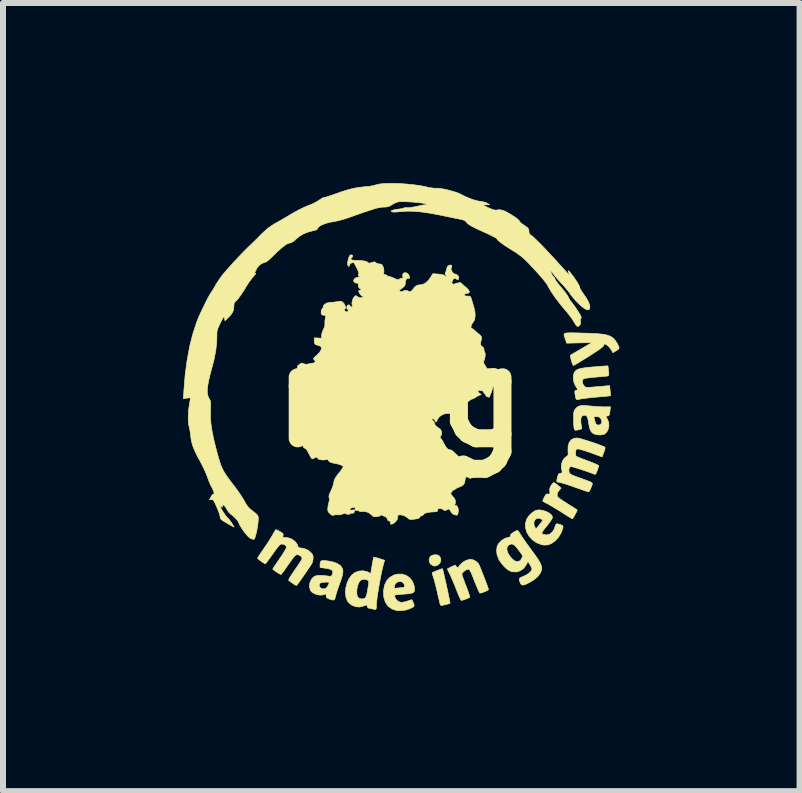
<source format=kicad_pcb>
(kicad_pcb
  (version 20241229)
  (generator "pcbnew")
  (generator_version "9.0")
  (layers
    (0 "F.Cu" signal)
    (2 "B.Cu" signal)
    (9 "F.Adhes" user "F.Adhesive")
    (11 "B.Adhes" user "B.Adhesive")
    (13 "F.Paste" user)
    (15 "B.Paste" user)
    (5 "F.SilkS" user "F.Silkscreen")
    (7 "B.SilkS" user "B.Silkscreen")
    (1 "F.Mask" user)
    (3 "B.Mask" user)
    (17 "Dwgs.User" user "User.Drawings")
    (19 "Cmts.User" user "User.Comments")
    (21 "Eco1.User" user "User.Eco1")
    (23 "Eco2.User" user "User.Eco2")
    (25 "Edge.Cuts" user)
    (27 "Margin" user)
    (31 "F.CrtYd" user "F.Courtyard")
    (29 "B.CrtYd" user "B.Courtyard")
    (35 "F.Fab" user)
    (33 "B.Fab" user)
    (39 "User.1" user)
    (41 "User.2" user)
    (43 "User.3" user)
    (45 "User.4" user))
  (footprint "mig"
    (layer "F.Cu")
    (at 3.615 3.562)
    (property "Reference" "mig" (at 0 0 0) (layer "F.SilkS") (effects (font (size 1.524 1.524) (thickness 0.3))))
    (attr through_hole)
    (fp_poly (pts (xy 0.625 2.634) (xy 0.653 2.649) (xy 0.677 2.688) (xy 0.679 2.731) (xy 0.662 2.771) (xy 0.627 2.802) (xy 0.614 2.807) (xy 0.586 2.817) (xy 0.565 2.817) (xy 0.546 2.81) (xy 0.508 2.785) (xy 0.486 2.747) (xy 0.483 2.704) (xy 0.5 2.664) (xy 0.508 2.654) (xy 0.541 2.636) (xy 0.584 2.629) (xy 0.625 2.634)) (stroke (width 0.01) (type solid)) (fill yes) (layer "F.SilkS"))
    (fp_poly (pts (xy 0.71 2.874) (xy 0.719 2.909) (xy 0.731 2.959) (xy 0.745 3.021) (xy 0.761 3.091) (xy 0.777 3.164) (xy 0.793 3.236) (xy 0.807 3.304) (xy 0.819 3.362) (xy 0.828 3.406) (xy 0.833 3.433) (xy 0.833 3.438) (xy 0.818 3.444) (xy 0.788 3.453) (xy 0.773 3.456) (xy 0.734 3.465) (xy 0.703 3.473) (xy 0.696 3.474) (xy 0.675 3.47) (xy 0.668 3.458) (xy 0.663 3.438) (xy 0.654 3.398) (xy 0.641 3.344) (xy 0.626 3.281) (xy 0.623 3.264) (xy 0.606 3.193) (xy 0.588 3.122) (xy 0.572 3.06) (xy 0.558 3.015) (xy 0.557 3.012) (xy 0.544 2.971) (xy 0.537 2.941) (xy 0.535 2.928) (xy 0.549 2.921) (xy 0.578 2.908) (xy 0.616 2.893) (xy 0.654 2.878) (xy 0.686 2.866) (xy 0.704 2.861) (xy 0.706 2.861) (xy 0.71 2.874)) (stroke (width 0.01) (type solid)) (fill yes) (layer "F.SilkS"))
    (fp_poly (pts (xy 2.575 1.433) (xy 2.602 1.451) (xy 2.627 1.471) (xy 2.683 1.519) (xy 2.65 1.555) (xy 2.622 1.598) (xy 2.616 1.631) (xy 2.618 1.647) (xy 2.624 1.662) (xy 2.639 1.678) (xy 2.665 1.698) (xy 2.705 1.726) (xy 2.764 1.763) (xy 2.777 1.772) (xy 2.834 1.808) (xy 2.884 1.839) (xy 2.922 1.864) (xy 2.945 1.878) (xy 2.949 1.881) (xy 2.948 1.893) (xy 2.936 1.92) (xy 2.918 1.954) (xy 2.899 1.989) (xy 2.881 2.017) (xy 2.868 2.031) (xy 2.867 2.032) (xy 2.856 2.025) (xy 2.827 2.007) (xy 2.784 1.98) (xy 2.73 1.946) (xy 2.692 1.922) (xy 2.627 1.882) (xy 2.563 1.843) (xy 2.506 1.809) (xy 2.462 1.784) (xy 2.448 1.777) (xy 2.41 1.757) (xy 2.384 1.741) (xy 2.375 1.734) (xy 2.38 1.72) (xy 2.393 1.691) (xy 2.403 1.669) (xy 2.422 1.635) (xy 2.437 1.619) (xy 2.455 1.616) (xy 2.465 1.618) (xy 2.486 1.62) (xy 2.495 1.613) (xy 2.495 1.589) (xy 2.493 1.571) (xy 2.493 1.525) (xy 2.509 1.487) (xy 2.517 1.474) (xy 2.538 1.446) (xy 2.556 1.429) (xy 2.559 1.427) (xy 2.575 1.433)) (stroke (width 0.01) (type solid)) (fill yes) (layer "F.SilkS"))
    (fp_poly (pts (xy 2.899 -1.067) (xy 2.986 -1.065) (xy 3.051 -1.063) (xy 3.177 -1.059) (xy 3.279 -1.054) (xy 3.363 -1.046) (xy 3.429 -1.035) (xy 3.482 -1.019) (xy 3.524 -0.998) (xy 3.559 -0.971) (xy 3.588 -0.937) (xy 3.615 -0.894) (xy 3.625 -0.876) (xy 3.644 -0.838) (xy 3.65 -0.813) (xy 3.639 -0.795) (xy 3.61 -0.774) (xy 3.592 -0.764) (xy 3.546 -0.736) (xy 3.513 -0.792) (xy 3.484 -0.831) (xy 3.45 -0.861) (xy 3.439 -0.868) (xy 3.411 -0.88) (xy 3.399 -0.88) (xy 3.394 -0.865) (xy 3.393 -0.86) (xy 3.386 -0.846) (xy 3.366 -0.827) (xy 3.332 -0.8) (xy 3.28 -0.765) (xy 3.211 -0.72) (xy 3.148 -0.679) (xy 3.077 -0.635) (xy 3.013 -0.596) (xy 2.96 -0.563) (xy 2.919 -0.539) (xy 2.895 -0.526) (xy 2.891 -0.523) (xy 2.88 -0.533) (xy 2.866 -0.563) (xy 2.853 -0.604) (xy 2.843 -0.647) (xy 2.836 -0.678) (xy 2.835 -0.692) (xy 2.835 -0.692) (xy 2.846 -0.7) (xy 2.876 -0.718) (xy 2.921 -0.744) (xy 2.976 -0.776) (xy 3.016 -0.8) (xy 3.194 -0.904) (xy 2.985 -0.9) (xy 2.775 -0.895) (xy 2.754 -0.959) (xy 2.742 -0.993) (xy 2.733 -1.019) (xy 2.731 -1.039) (xy 2.737 -1.053) (xy 2.755 -1.061) (xy 2.786 -1.066) (xy 2.833 -1.068) (xy 2.899 -1.067)) (stroke (width 0.01) (type solid)) (fill yes) (layer "F.SilkS"))
    (fp_poly (pts (xy 2.388 1.893) (xy 2.442 1.912) (xy 2.489 1.938) (xy 2.523 1.968) (xy 2.539 1.999) (xy 2.54 2.004) (xy 2.531 2.028) (xy 2.507 2.067) (xy 2.47 2.118) (xy 2.444 2.15) (xy 2.404 2.2) (xy 2.378 2.234) (xy 2.365 2.256) (xy 2.362 2.27) (xy 2.367 2.28) (xy 2.371 2.283) (xy 2.397 2.293) (xy 2.435 2.299) (xy 2.442 2.299) (xy 2.492 2.287) (xy 2.535 2.253) (xy 2.568 2.2) (xy 2.581 2.163) (xy 2.591 2.131) (xy 2.604 2.116) (xy 2.625 2.114) (xy 2.66 2.124) (xy 2.686 2.134) (xy 2.709 2.146) (xy 2.715 2.164) (xy 2.711 2.188) (xy 2.685 2.261) (xy 2.643 2.333) (xy 2.591 2.392) (xy 2.525 2.441) (xy 2.46 2.466) (xy 2.391 2.468) (xy 2.349 2.459) (xy 2.271 2.428) (xy 2.203 2.38) (xy 2.149 2.32) (xy 2.11 2.252) (xy 2.089 2.18) (xy 2.088 2.119) (xy 2.229 2.119) (xy 2.242 2.16) (xy 2.252 2.18) (xy 2.259 2.19) (xy 2.268 2.19) (xy 2.283 2.177) (xy 2.306 2.149) (xy 2.341 2.104) (xy 2.343 2.102) (xy 2.365 2.073) (xy 2.372 2.056) (xy 2.366 2.045) (xy 2.356 2.037) (xy 2.316 2.02) (xy 2.28 2.024) (xy 2.25 2.044) (xy 2.232 2.078) (xy 2.229 2.119) (xy 2.088 2.119) (xy 2.088 2.107) (xy 2.108 2.039) (xy 2.142 1.985) (xy 2.189 1.937) (xy 2.24 1.901) (xy 2.284 1.884) (xy 2.334 1.883) (xy 2.388 1.893)) (stroke (width 0.01) (type solid)) (fill yes) (layer "F.SilkS"))
    (fp_poly (pts (xy 0.036 2.952) (xy 0.104 2.974) (xy 0.162 3.015) (xy 0.207 3.073) (xy 0.234 3.144) (xy 0.241 3.209) (xy 0.238 3.235) (xy 0.227 3.253) (xy 0.205 3.266) (xy 0.167 3.276) (xy 0.11 3.282) (xy 0.047 3.287) (xy -0.014 3.291) (xy -0.055 3.295) (xy -0.079 3.3) (xy -0.09 3.306) (xy -0.092 3.316) (xy -0.091 3.321) (xy -0.073 3.366) (xy -0.038 3.402) (xy -0.003 3.419) (xy 0.035 3.422) (xy 0.083 3.413) (xy 0.114 3.404) (xy 0.154 3.391) (xy 0.183 3.381) (xy 0.195 3.378) (xy 0.203 3.389) (xy 0.215 3.416) (xy 0.222 3.431) (xy 0.233 3.462) (xy 0.234 3.482) (xy 0.222 3.498) (xy 0.193 3.514) (xy 0.158 3.53) (xy 0.092 3.551) (xy 0.018 3.561) (xy -0.051 3.56) (xy -0.065 3.557) (xy -0.141 3.53) (xy -0.202 3.484) (xy -0.245 3.421) (xy -0.27 3.342) (xy -0.277 3.248) (xy -0.275 3.221) (xy -0.267 3.181) (xy -0.099 3.181) (xy -0.09 3.187) (xy -0.064 3.186) (xy -0.037 3.183) (xy 0.006 3.179) (xy 0.041 3.176) (xy 0.054 3.175) (xy 0.072 3.166) (xy 0.075 3.142) (xy 0.062 3.11) (xy 0.056 3.102) (xy 0.027 3.079) (xy -0.012 3.074) (xy -0.05 3.088) (xy -0.064 3.099) (xy -0.082 3.121) (xy -0.089 3.136) (xy -0.093 3.157) (xy -0.097 3.169) (xy -0.099 3.181) (xy -0.267 3.181) (xy -0.257 3.132) (xy -0.221 3.058) (xy -0.167 3.003) (xy -0.097 2.965) (xy -0.041 2.952) (xy 0.036 2.952)) (stroke (width 0.01) (type solid)) (fill yes) (layer "F.SilkS"))
    (fp_poly (pts (xy -1.201 2.733) (xy -1.188 2.735) (xy -1.107 2.752) (xy -1.047 2.775) (xy -1.003 2.803) (xy -0.975 2.834) (xy -0.957 2.867) (xy -0.952 2.906) (xy -0.957 2.957) (xy -0.975 3.023) (xy -1.005 3.106) (xy -1.028 3.169) (xy -1.049 3.231) (xy -1.065 3.285) (xy -1.073 3.315) (xy -1.084 3.358) (xy -1.098 3.38) (xy -1.122 3.385) (xy -1.161 3.374) (xy -1.178 3.368) (xy -1.212 3.352) (xy -1.228 3.336) (xy -1.232 3.312) (xy -1.232 3.311) (xy -1.234 3.287) (xy -1.244 3.283) (xy -1.256 3.289) (xy -1.303 3.302) (xy -1.357 3.3) (xy -1.412 3.285) (xy -1.46 3.26) (xy -1.492 3.228) (xy -1.496 3.22) (xy -1.51 3.16) (xy -1.507 3.131) (xy -1.348 3.131) (xy -1.344 3.16) (xy -1.324 3.184) (xy -1.292 3.197) (xy -1.254 3.197) (xy -1.239 3.193) (xy -1.223 3.178) (xy -1.205 3.149) (xy -1.189 3.118) (xy -1.181 3.093) (xy -1.181 3.091) (xy -1.192 3.086) (xy -1.22 3.085) (xy -1.256 3.087) (xy -1.293 3.091) (xy -1.321 3.097) (xy -1.331 3.101) (xy -1.348 3.131) (xy -1.507 3.131) (xy -1.503 3.098) (xy -1.478 3.04) (xy -1.441 2.999) (xy -1.406 2.981) (xy -1.357 2.973) (xy -1.29 2.974) (xy -1.21 2.983) (xy -1.171 2.988) (xy -1.15 2.986) (xy -1.138 2.975) (xy -1.129 2.957) (xy -1.12 2.922) (xy -1.126 2.895) (xy -1.151 2.876) (xy -1.196 2.862) (xy -1.26 2.852) (xy -1.333 2.843) (xy -1.333 2.795) (xy -1.331 2.759) (xy -1.32 2.736) (xy -1.298 2.726) (xy -1.259 2.725) (xy -1.201 2.733)) (stroke (width 0.01) (type solid)) (fill yes) (layer "F.SilkS"))
    (fp_poly (pts (xy 3.464 -0.504) (xy 3.469 -0.473) (xy 3.473 -0.435) (xy 3.477 -0.389) (xy 3.475 -0.363) (xy 3.467 -0.351) (xy 3.465 -0.35) (xy 3.447 -0.347) (xy 3.408 -0.343) (xy 3.354 -0.338) (xy 3.29 -0.332) (xy 3.264 -0.33) (xy 3.197 -0.324) (xy 3.138 -0.317) (xy 3.091 -0.311) (xy 3.063 -0.305) (xy 3.058 -0.303) (xy 3.04 -0.281) (xy 3.036 -0.246) (xy 3.048 -0.209) (xy 3.064 -0.186) (xy 3.077 -0.172) (xy 3.091 -0.163) (xy 3.11 -0.159) (xy 3.139 -0.159) (xy 3.185 -0.162) (xy 3.232 -0.166) (xy 3.296 -0.171) (xy 3.358 -0.176) (xy 3.408 -0.181) (xy 3.431 -0.183) (xy 3.491 -0.189) (xy 3.499 -0.107) (xy 3.503 -0.064) (xy 3.505 -0.032) (xy 3.504 -0.019) (xy 3.49 -0.017) (xy 3.455 -0.013) (xy 3.405 -0.008) (xy 3.343 -0.003) (xy 3.315 -0.000264) (xy 3.206 0.009) (xy 3.111 0.02) (xy 3.033 0.03) (xy 2.976 0.041) (xy 2.957 0.046) (xy 2.936 0.041) (xy 2.929 0.029) (xy 2.923 0.002) (xy 2.916 -0.036) (xy 2.914 -0.048) (xy 2.91 -0.083) (xy 2.914 -0.101) (xy 2.929 -0.109) (xy 2.932 -0.11) (xy 2.95 -0.116) (xy 2.957 -0.123) (xy 2.95 -0.139) (xy 2.931 -0.17) (xy 2.925 -0.179) (xy 2.898 -0.236) (xy 2.885 -0.299) (xy 2.887 -0.36) (xy 2.9 -0.403) (xy 2.916 -0.427) (xy 2.938 -0.447) (xy 2.97 -0.463) (xy 3.014 -0.475) (xy 3.074 -0.485) (xy 3.154 -0.494) (xy 3.234 -0.501) (xy 3.307 -0.507) (xy 3.37 -0.512) (xy 3.419 -0.515) (xy 3.452 -0.517) (xy 3.462 -0.517) (xy 3.464 -0.504)) (stroke (width 0.01) (type solid)) (fill yes) (layer "F.SilkS"))
    (fp_poly (pts (xy 3.118 0.147) (xy 3.157 0.15) (xy 3.228 0.157) (xy 3.303 0.162) (xy 3.371 0.165) (xy 3.402 0.165) (xy 3.505 0.165) (xy 3.498 0.225) (xy 3.491 0.273) (xy 3.484 0.301) (xy 3.475 0.314) (xy 3.46 0.317) (xy 3.455 0.318) (xy 3.436 0.319) (xy 3.431 0.327) (xy 3.44 0.347) (xy 3.454 0.371) (xy 3.475 0.423) (xy 3.479 0.481) (xy 3.468 0.537) (xy 3.444 0.584) (xy 3.408 0.617) (xy 3.396 0.623) (xy 3.34 0.634) (xy 3.276 0.63) (xy 3.228 0.616) (xy 3.198 0.596) (xy 3.175 0.565) (xy 3.157 0.518) (xy 3.143 0.451) (xy 3.139 0.42) (xy 3.127 0.359) (xy 3.114 0.33) (xy 3.228 0.33) (xy 3.241 0.384) (xy 3.251 0.421) (xy 3.263 0.449) (xy 3.266 0.454) (xy 3.293 0.469) (xy 3.325 0.466) (xy 3.35 0.447) (xy 3.354 0.44) (xy 3.361 0.411) (xy 3.352 0.379) (xy 3.347 0.37) (xy 3.329 0.343) (xy 3.307 0.332) (xy 3.278 0.33) (xy 3.228 0.33) (xy 3.114 0.33) (xy 3.11 0.321) (xy 3.087 0.305) (xy 3.056 0.308) (xy 3.034 0.318) (xy 3.017 0.341) (xy 3.01 0.383) (xy 3.013 0.439) (xy 3.021 0.485) (xy 3.027 0.512) (xy 3.025 0.529) (xy 3.01 0.539) (xy 2.977 0.547) (xy 2.95 0.552) (xy 2.921 0.556) (xy 2.907 0.546) (xy 2.899 0.525) (xy 2.895 0.496) (xy 2.892 0.451) (xy 2.89 0.395) (xy 2.889 0.366) (xy 2.89 0.306) (xy 2.893 0.265) (xy 2.899 0.237) (xy 2.91 0.215) (xy 2.916 0.207) (xy 2.942 0.177) (xy 2.97 0.157) (xy 3.005 0.146) (xy 3.053 0.143) (xy 3.118 0.147)) (stroke (width 0.01) (type solid)) (fill yes) (layer "F.SilkS"))
    (fp_poly (pts (xy -0.425 2.671) (xy -0.394 2.679) (xy -0.352 2.691) (xy -0.346 2.693) (xy -0.258 2.721) (xy -0.281 2.804) (xy -0.295 2.86) (xy -0.311 2.932) (xy -0.327 3.015) (xy -0.344 3.104) (xy -0.359 3.194) (xy -0.373 3.279) (xy -0.384 3.355) (xy -0.391 3.416) (xy -0.394 3.458) (xy -0.394 3.46) (xy -0.395 3.507) (xy -0.4 3.533) (xy -0.413 3.542) (xy -0.434 3.538) (xy -0.438 3.537) (xy -0.458 3.532) (xy -0.491 3.526) (xy -0.498 3.525) (xy -0.532 3.516) (xy -0.545 3.501) (xy -0.546 3.492) (xy -0.549 3.474) (xy -0.56 3.469) (xy -0.585 3.475) (xy -0.617 3.487) (xy -0.68 3.501) (xy -0.747 3.493) (xy -0.809 3.467) (xy -0.86 3.424) (xy -0.876 3.401) (xy -0.902 3.336) (xy -0.911 3.26) (xy -0.91 3.249) (xy -0.722 3.249) (xy -0.718 3.301) (xy -0.704 3.337) (xy -0.675 3.359) (xy -0.634 3.366) (xy -0.591 3.356) (xy -0.585 3.353) (xy -0.573 3.34) (xy -0.562 3.312) (xy -0.55 3.266) (xy -0.539 3.206) (xy -0.529 3.146) (xy -0.524 3.106) (xy -0.522 3.081) (xy -0.526 3.067) (xy -0.534 3.058) (xy -0.54 3.053) (xy -0.581 3.037) (xy -0.627 3.041) (xy -0.657 3.055) (xy -0.683 3.086) (xy -0.703 3.134) (xy -0.717 3.191) (xy -0.722 3.249) (xy -0.91 3.249) (xy -0.904 3.18) (xy -0.883 3.1) (xy -0.85 3.027) (xy -0.805 2.967) (xy -0.751 2.925) (xy -0.75 2.925) (xy -0.682 2.901) (xy -0.611 2.897) (xy -0.546 2.913) (xy -0.533 2.919) (xy -0.489 2.943) (xy -0.467 2.809) (xy -0.457 2.754) (xy -0.449 2.709) (xy -0.442 2.679) (xy -0.439 2.67) (xy -0.425 2.671)) (stroke (width 0.01) (type solid)) (fill yes) (layer "F.SilkS"))
    (fp_poly (pts (xy 1.224 2.716) (xy 1.272 2.744) (xy 1.308 2.782) (xy 1.312 2.79) (xy 1.324 2.816) (xy 1.342 2.858) (xy 1.363 2.912) (xy 1.387 2.973) (xy 1.411 3.035) (xy 1.434 3.095) (xy 1.453 3.147) (xy 1.466 3.186) (xy 1.473 3.208) (xy 1.473 3.21) (xy 1.462 3.22) (xy 1.435 3.234) (xy 1.4 3.249) (xy 1.364 3.262) (xy 1.335 3.269) (xy 1.329 3.27) (xy 1.321 3.259) (xy 1.306 3.228) (xy 1.286 3.182) (xy 1.262 3.125) (xy 1.252 3.099) (xy 1.221 3.02) (xy 1.197 2.961) (xy 1.179 2.92) (xy 1.165 2.894) (xy 1.154 2.879) (xy 1.143 2.872) (xy 1.131 2.87) (xy 1.105 2.878) (xy 1.075 2.898) (xy 1.047 2.923) (xy 1.03 2.946) (xy 1.029 2.953) (xy 1.033 2.97) (xy 1.045 3.006) (xy 1.064 3.057) (xy 1.086 3.118) (xy 1.099 3.15) (xy 1.123 3.213) (xy 1.142 3.268) (xy 1.156 3.309) (xy 1.162 3.334) (xy 1.162 3.338) (xy 1.145 3.347) (xy 1.114 3.361) (xy 1.076 3.375) (xy 1.043 3.386) (xy 1.022 3.391) (xy 1.021 3.391) (xy 1.012 3.38) (xy 0.996 3.349) (xy 0.975 3.302) (xy 0.951 3.245) (xy 0.94 3.216) (xy 0.912 3.145) (xy 0.883 3.075) (xy 0.856 3.012) (xy 0.834 2.963) (xy 0.83 2.956) (xy 0.81 2.915) (xy 0.794 2.883) (xy 0.788 2.867) (xy 0.787 2.866) (xy 0.798 2.859) (xy 0.825 2.845) (xy 0.853 2.831) (xy 0.918 2.801) (xy 0.938 2.827) (xy 0.951 2.842) (xy 0.962 2.843) (xy 0.977 2.828) (xy 0.994 2.804) (xy 1.039 2.759) (xy 1.095 2.725) (xy 1.155 2.707) (xy 1.175 2.705) (xy 1.224 2.716)) (stroke (width 0.01) (type solid)) (fill yes) (layer "F.SilkS"))
    (fp_poly (pts (xy 1.967 2.233) (xy 1.986 2.259) (xy 2.005 2.289) (xy 2.025 2.321) (xy 2.057 2.368) (xy 2.098 2.427) (xy 2.145 2.491) (xy 2.188 2.55) (xy 2.25 2.635) (xy 2.297 2.703) (xy 2.33 2.758) (xy 2.35 2.804) (xy 2.359 2.842) (xy 2.358 2.877) (xy 2.347 2.911) (xy 2.337 2.933) (xy 2.293 2.994) (xy 2.224 3.051) (xy 2.141 3.099) (xy 2.088 3.124) (xy 2.051 3.135) (xy 2.027 3.131) (xy 2.009 3.113) (xy 2 3.093) (xy 1.985 3.053) (xy 1.986 3.027) (xy 2.005 3.01) (xy 2.045 2.993) (xy 2.095 2.97) (xy 2.141 2.941) (xy 2.176 2.909) (xy 2.195 2.879) (xy 2.197 2.869) (xy 2.19 2.844) (xy 2.173 2.809) (xy 2.163 2.793) (xy 2.129 2.742) (xy 2.102 2.797) (xy 2.059 2.856) (xy 2.003 2.896) (xy 1.938 2.916) (xy 1.868 2.913) (xy 1.851 2.909) (xy 1.803 2.885) (xy 1.751 2.843) (xy 1.701 2.789) (xy 1.658 2.729) (xy 1.644 2.704) (xy 1.615 2.628) (xy 1.607 2.555) (xy 1.609 2.544) (xy 1.779 2.544) (xy 1.793 2.594) (xy 1.826 2.65) (xy 1.865 2.696) (xy 1.907 2.731) (xy 1.947 2.743) (xy 1.987 2.735) (xy 2.009 2.718) (xy 2.027 2.689) (xy 2.038 2.658) (xy 2.036 2.637) (xy 2.024 2.62) (xy 2.001 2.588) (xy 1.972 2.548) (xy 1.963 2.536) (xy 1.922 2.486) (xy 1.888 2.458) (xy 1.857 2.45) (xy 1.824 2.46) (xy 1.806 2.471) (xy 1.783 2.501) (xy 1.779 2.544) (xy 1.609 2.544) (xy 1.617 2.489) (xy 1.637 2.449) (xy 1.69 2.391) (xy 1.756 2.353) (xy 1.795 2.342) (xy 1.827 2.334) (xy 1.839 2.322) (xy 1.838 2.312) (xy 1.843 2.292) (xy 1.87 2.268) (xy 1.888 2.256) (xy 1.922 2.237) (xy 1.948 2.225) (xy 1.955 2.223) (xy 1.967 2.233)) (stroke (width 0.01) (type solid)) (fill yes) (layer "F.SilkS"))
    (fp_poly (pts (xy 2.976 0.688) (xy 3.021 0.7) (xy 3.078 0.717) (xy 3.144 0.738) (xy 3.213 0.76) (xy 3.279 0.783) (xy 3.337 0.805) (xy 3.383 0.823) (xy 3.41 0.835) (xy 3.416 0.848) (xy 3.411 0.875) (xy 3.395 0.921) (xy 3.395 0.922) (xy 3.365 1) (xy 3.178 0.931) (xy 3.111 0.908) (xy 3.051 0.889) (xy 3.001 0.875) (xy 2.968 0.867) (xy 2.959 0.867) (xy 2.938 0.872) (xy 2.928 0.889) (xy 2.924 0.921) (xy 2.924 0.956) (xy 2.929 0.982) (xy 2.93 0.985) (xy 2.945 0.994) (xy 2.98 1.009) (xy 3.029 1.029) (xy 3.09 1.052) (xy 3.128 1.066) (xy 3.196 1.092) (xy 3.251 1.114) (xy 3.29 1.133) (xy 3.309 1.145) (xy 3.311 1.148) (xy 3.304 1.167) (xy 3.293 1.202) (xy 3.283 1.23) (xy 3.266 1.272) (xy 3.251 1.291) (xy 3.245 1.291) (xy 3.172 1.263) (xy 3.097 1.237) (xy 3.024 1.212) (xy 2.958 1.191) (xy 2.903 1.174) (xy 2.863 1.163) (xy 2.841 1.16) (xy 2.839 1.16) (xy 2.82 1.18) (xy 2.811 1.214) (xy 2.816 1.253) (xy 2.818 1.259) (xy 2.826 1.273) (xy 2.842 1.287) (xy 2.869 1.302) (xy 2.912 1.32) (xy 2.974 1.343) (xy 2.999 1.352) (xy 3.076 1.379) (xy 3.132 1.4) (xy 3.169 1.415) (xy 3.192 1.429) (xy 3.202 1.442) (xy 3.202 1.458) (xy 3.194 1.479) (xy 3.183 1.507) (xy 3.183 1.507) (xy 3.166 1.546) (xy 3.151 1.573) (xy 3.143 1.582) (xy 3.127 1.578) (xy 3.092 1.568) (xy 3.042 1.551) (xy 2.98 1.529) (xy 2.927 1.51) (xy 2.856 1.485) (xy 2.788 1.462) (xy 2.73 1.444) (xy 2.688 1.432) (xy 2.67 1.428) (xy 2.636 1.421) (xy 2.614 1.413) (xy 2.61 1.411) (xy 2.61 1.394) (xy 2.616 1.362) (xy 2.621 1.339) (xy 2.632 1.301) (xy 2.645 1.281) (xy 2.664 1.273) (xy 2.672 1.272) (xy 2.697 1.265) (xy 2.7 1.25) (xy 2.7 1.249) (xy 2.686 1.184) (xy 2.689 1.119) (xy 2.709 1.06) (xy 2.744 1.013) (xy 2.766 0.997) (xy 2.786 0.983) (xy 2.797 0.968) (xy 2.8 0.945) (xy 2.798 0.906) (xy 2.797 0.896) (xy 2.799 0.818) (xy 2.818 0.757) (xy 2.853 0.713) (xy 2.903 0.689) (xy 2.95 0.684) (xy 2.976 0.688)) (stroke (width 0.01) (type solid)) (fill yes) (layer "F.SilkS"))
    (fp_poly (pts (xy -2.054 2.216) (xy -2.025 2.23) (xy -2.001 2.243) (xy -1.967 2.264) (xy -1.95 2.28) (xy -1.947 2.298) (xy -1.95 2.313) (xy -1.953 2.338) (xy -1.946 2.344) (xy -1.938 2.342) (xy -1.914 2.34) (xy -1.877 2.345) (xy -1.856 2.349) (xy -1.799 2.371) (xy -1.751 2.407) (xy -1.717 2.449) (xy -1.706 2.479) (xy -1.695 2.506) (xy -1.673 2.514) (xy -1.667 2.515) (xy -1.6 2.525) (xy -1.535 2.553) (xy -1.49 2.588) (xy -1.462 2.62) (xy -1.45 2.652) (xy -1.448 2.683) (xy -1.454 2.728) (xy -1.467 2.77) (xy -1.471 2.776) (xy -1.486 2.801) (xy -1.511 2.839) (xy -1.544 2.887) (xy -1.58 2.941) (xy -1.618 2.995) (xy -1.654 3.047) (xy -1.686 3.091) (xy -1.71 3.123) (xy -1.723 3.14) (xy -1.725 3.141) (xy -1.739 3.137) (xy -1.766 3.122) (xy -1.784 3.109) (xy -1.818 3.085) (xy -1.845 3.066) (xy -1.853 3.061) (xy -1.856 3.052) (xy -1.85 3.033) (xy -1.833 3.002) (xy -1.803 2.955) (xy -1.759 2.89) (xy -1.757 2.888) (xy -1.717 2.83) (xy -1.682 2.778) (xy -1.655 2.736) (xy -1.638 2.709) (xy -1.635 2.702) (xy -1.636 2.675) (xy -1.657 2.65) (xy -1.688 2.633) (xy -1.712 2.629) (xy -1.727 2.631) (xy -1.743 2.639) (xy -1.762 2.657) (xy -1.786 2.687) (xy -1.819 2.732) (xy -1.862 2.793) (xy -1.901 2.85) (xy -1.935 2.898) (xy -1.963 2.934) (xy -1.98 2.955) (xy -1.985 2.959) (xy -2 2.952) (xy -2.028 2.936) (xy -2.062 2.915) (xy -2.093 2.893) (xy -2.115 2.876) (xy -2.121 2.868) (xy -2.114 2.855) (xy -2.095 2.826) (xy -2.066 2.782) (xy -2.03 2.73) (xy -2.007 2.695) (xy -1.967 2.637) (xy -1.934 2.584) (xy -1.909 2.541) (xy -1.895 2.512) (xy -1.892 2.504) (xy -1.904 2.476) (xy -1.934 2.457) (xy -1.973 2.451) (xy -1.988 2.454) (xy -2.005 2.466) (xy -2.027 2.489) (xy -2.056 2.526) (xy -2.095 2.58) (xy -2.121 2.616) (xy -2.161 2.672) (xy -2.196 2.72) (xy -2.223 2.756) (xy -2.24 2.777) (xy -2.245 2.781) (xy -2.261 2.774) (xy -2.289 2.757) (xy -2.321 2.734) (xy -2.35 2.712) (xy -2.37 2.694) (xy -2.375 2.688) (xy -2.368 2.674) (xy -2.349 2.643) (xy -2.32 2.6) (xy -2.285 2.549) (xy -2.271 2.529) (xy -2.229 2.467) (xy -2.187 2.403) (xy -2.151 2.345) (xy -2.124 2.3) (xy -2.122 2.296) (xy -2.099 2.255) (xy -2.081 2.225) (xy -2.07 2.21) (xy -2.069 2.21) (xy -2.054 2.216)) (stroke (width 0.01) (type solid)) (fill yes) (layer "F.SilkS"))
    (fp_poly (pts (xy -0.095 -3.557) (xy 0.012 -3.553) (xy 0.121 -3.545) (xy 0.23 -3.534) (xy 0.333 -3.52) (xy 0.426 -3.502) (xy 0.458 -3.494) (xy 0.511 -3.483) (xy 0.562 -3.477) (xy 0.599 -3.476) (xy 0.6 -3.477) (xy 0.64 -3.476) (xy 0.697 -3.468) (xy 0.765 -3.455) (xy 0.836 -3.437) (xy 0.906 -3.417) (xy 0.966 -3.397) (xy 1.011 -3.377) (xy 1.011 -3.376) (xy 1.106 -3.329) (xy 1.2 -3.291) (xy 1.287 -3.266) (xy 1.337 -3.257) (xy 1.388 -3.249) (xy 1.433 -3.236) (xy 1.456 -3.225) (xy 1.492 -3.201) (xy 1.436 -3.2) (xy 1.405 -3.199) (xy 1.392 -3.196) (xy 1.397 -3.187) (xy 1.423 -3.173) (xy 1.47 -3.152) (xy 1.49 -3.143) (xy 1.542 -3.122) (xy 1.578 -3.112) (xy 1.604 -3.112) (xy 1.614 -3.114) (xy 1.653 -3.119) (xy 1.702 -3.111) (xy 1.734 -3.1) (xy 1.777 -3.078) (xy 1.826 -3.051) (xy 1.875 -3.021) (xy 1.921 -2.99) (xy 1.958 -2.962) (xy 1.981 -2.941) (xy 1.987 -2.929) (xy 1.994 -2.916) (xy 2.018 -2.894) (xy 2.055 -2.867) (xy 2.064 -2.861) (xy 2.106 -2.832) (xy 2.13 -2.812) (xy 2.142 -2.793) (xy 2.146 -2.772) (xy 2.146 -2.759) (xy 2.15 -2.725) (xy 2.164 -2.704) (xy 2.19 -2.687) (xy 2.212 -2.671) (xy 2.248 -2.637) (xy 2.297 -2.589) (xy 2.357 -2.529) (xy 2.425 -2.458) (xy 2.499 -2.378) (xy 2.579 -2.293) (xy 2.66 -2.203) (xy 2.725 -2.131) (xy 2.761 -2.091) (xy 2.791 -2.059) (xy 2.81 -2.041) (xy 2.816 -2.037) (xy 2.815 -2.05) (xy 2.807 -2.077) (xy 2.799 -2.1) (xy 2.802 -2.104) (xy 2.814 -2.095) (xy 2.835 -2.073) (xy 2.862 -2.038) (xy 2.894 -1.995) (xy 2.926 -1.948) (xy 2.955 -1.903) (xy 2.977 -1.865) (xy 2.989 -1.839) (xy 2.991 -1.831) (xy 2.995 -1.813) (xy 3.011 -1.781) (xy 3.037 -1.742) (xy 3.046 -1.729) (xy 3.104 -1.645) (xy 3.141 -1.577) (xy 3.16 -1.522) (xy 3.162 -1.5) (xy 3.156 -1.463) (xy 3.136 -1.449) (xy 3.102 -1.455) (xy 3.056 -1.483) (xy 2.998 -1.532) (xy 2.975 -1.553) (xy 2.928 -1.601) (xy 2.884 -1.651) (xy 2.848 -1.696) (xy 2.836 -1.714) (xy 2.808 -1.753) (xy 2.768 -1.802) (xy 2.723 -1.855) (xy 2.694 -1.885) (xy 2.65 -1.934) (xy 2.608 -1.981) (xy 2.574 -2.022) (xy 2.559 -2.042) (xy 2.532 -2.077) (xy 2.515 -2.093) (xy 2.51 -2.088) (xy 2.518 -2.064) (xy 2.527 -2.045) (xy 2.545 -2.014) (xy 2.561 -1.996) (xy 2.566 -1.994) (xy 2.576 -1.983) (xy 2.578 -1.97) (xy 2.586 -1.952) (xy 2.608 -1.919) (xy 2.64 -1.876) (xy 2.68 -1.828) (xy 2.686 -1.821) (xy 2.728 -1.771) (xy 2.763 -1.725) (xy 2.789 -1.688) (xy 2.802 -1.665) (xy 2.802 -1.664) (xy 2.816 -1.634) (xy 2.839 -1.599) (xy 2.846 -1.591) (xy 2.875 -1.555) (xy 2.909 -1.509) (xy 2.943 -1.458) (xy 2.975 -1.409) (xy 3 -1.368) (xy 3.014 -1.339) (xy 3.015 -1.337) (xy 3.018 -1.314) (xy 3.011 -1.308) (xy 3.003 -1.297) (xy 3.004 -1.264) (xy 3.005 -1.26) (xy 3.007 -1.224) (xy 2.996 -1.199) (xy 2.986 -1.189) (xy 2.968 -1.175) (xy 2.952 -1.175) (xy 2.935 -1.189) (xy 2.913 -1.223) (xy 2.894 -1.254) (xy 2.866 -1.299) (xy 2.827 -1.352) (xy 2.786 -1.404) (xy 2.775 -1.416) (xy 2.674 -1.537) (xy 2.586 -1.652) (xy 2.514 -1.758) (xy 2.459 -1.853) (xy 2.453 -1.866) (xy 2.434 -1.895) (xy 2.399 -1.94) (xy 2.35 -1.998) (xy 2.289 -2.067) (xy 2.218 -2.144) (xy 2.14 -2.227) (xy 2.082 -2.286) (xy 2.037 -2.326) (xy 1.979 -2.371) (xy 1.917 -2.414) (xy 1.891 -2.429) (xy 1.816 -2.476) (xy 1.748 -2.52) (xy 1.691 -2.56) (xy 1.647 -2.594) (xy 1.62 -2.62) (xy 1.613 -2.633) (xy 1.602 -2.644) (xy 1.571 -2.662) (xy 1.525 -2.686) (xy 1.468 -2.714) (xy 1.432 -2.73) (xy 1.33 -2.776) (xy 1.25 -2.814) (xy 1.189 -2.846) (xy 1.146 -2.872) (xy 1.118 -2.894) (xy 1.104 -2.913) (xy 1.103 -2.914) (xy 1.091 -2.929) (xy 1.069 -2.942) (xy 1.031 -2.953) (xy 0.986 -2.963) (xy 0.938 -2.972) (xy 0.871 -2.986) (xy 0.793 -3.002) (xy 0.712 -3.019) (xy 0.669 -3.028) (xy 0.501 -3.06) (xy 0.353 -3.081) (xy 0.222 -3.092) (xy 0.105 -3.094) (xy 0.014 -3.087) (xy -0.061 -3.08) (xy -0.111 -3.079) (xy -0.136 -3.084) (xy -0.15 -3.095) (xy -0.143 -3.103) (xy -0.127 -3.109) (xy -0.097 -3.117) (xy -0.053 -3.125) (xy -0.016 -3.13) (xy 0.025 -3.136) (xy 0.054 -3.143) (xy 0.064 -3.148) (xy 0.075 -3.153) (xy 0.102 -3.153) (xy 0.108 -3.152) (xy 0.141 -3.152) (xy 0.19 -3.158) (xy 0.246 -3.168) (xy 0.27 -3.173) (xy 0.328 -3.185) (xy 0.38 -3.196) (xy 0.421 -3.202) (xy 0.432 -3.203) (xy 0.455 -3.206) (xy 0.459 -3.209) (xy 0.442 -3.215) (xy 0.406 -3.223) (xy 0.361 -3.23) (xy 0.299 -3.237) (xy 0.228 -3.244) (xy 0.155 -3.249) (xy 0.085 -3.252) (xy 0.025 -3.253) (xy -0.018 -3.252) (xy -0.028 -3.25) (xy -0.065 -3.239) (xy -0.109 -3.218) (xy -0.134 -3.203) (xy -0.175 -3.178) (xy -0.213 -3.166) (xy -0.259 -3.162) (xy -0.272 -3.162) (xy -0.299 -3.161) (xy -0.329 -3.157) (xy -0.363 -3.15) (xy -0.406 -3.14) (xy -0.458 -3.124) (xy -0.525 -3.102) (xy -0.606 -3.075) (xy -0.707 -3.04) (xy -0.825 -2.998) (xy -0.919 -2.966) (xy -1.005 -2.942) (xy -1.077 -2.925) (xy -1.109 -2.92) (xy -1.174 -2.908) (xy -1.236 -2.891) (xy -1.292 -2.87) (xy -1.337 -2.847) (xy -1.364 -2.825) (xy -1.372 -2.81) (xy -1.377 -2.794) (xy -1.397 -2.782) (xy -1.436 -2.771) (xy -1.445 -2.769) (xy -1.537 -2.745) (xy -1.611 -2.715) (xy -1.675 -2.677) (xy -1.726 -2.634) (xy -1.775 -2.593) (xy -1.813 -2.57) (xy -1.831 -2.565) (xy -1.868 -2.556) (xy -1.916 -2.528) (xy -1.976 -2.481) (xy -2.05 -2.414) (xy -2.095 -2.369) (xy -2.141 -2.324) (xy -2.182 -2.287) (xy -2.214 -2.26) (xy -2.233 -2.248) (xy -2.235 -2.247) (xy -2.257 -2.241) (xy -2.291 -2.227) (xy -2.308 -2.219) (xy -2.351 -2.188) (xy -2.385 -2.143) (xy -2.393 -2.127) (xy -2.413 -2.087) (xy -2.423 -2.066) (xy -2.422 -2.058) (xy -2.413 -2.06) (xy -2.406 -2.062) (xy -2.404 -2.058) (xy -2.416 -2.038) (xy -2.441 -2.008) (xy -2.447 -2.001) (xy -2.486 -1.953) (xy -2.526 -1.898) (xy -2.551 -1.858) (xy -2.598 -1.781) (xy -2.643 -1.712) (xy -2.683 -1.655) (xy -2.716 -1.614) (xy -2.739 -1.591) (xy -2.758 -1.574) (xy -2.766 -1.549) (xy -2.769 -1.509) (xy -2.773 -1.456) (xy -2.789 -1.412) (xy -2.819 -1.367) (xy -2.861 -1.323) (xy -2.917 -1.268) (xy -2.926 -1.31) (xy -2.93 -1.328) (xy -2.935 -1.334) (xy -2.943 -1.327) (xy -2.957 -1.304) (xy -2.979 -1.262) (xy -2.994 -1.232) (xy -3.022 -1.173) (xy -3.04 -1.13) (xy -3.049 -1.095) (xy -3.052 -1.062) (xy -3.051 -1.048) (xy -3.054 -0.916) (xy -3.071 -0.768) (xy -3.102 -0.609) (xy -3.131 -0.5) (xy -3.165 -0.373) (xy -3.19 -0.267) (xy -3.206 -0.18) (xy -3.212 -0.109) (xy -3.209 -0.051) (xy -3.198 -0.004) (xy -3.178 0.034) (xy -3.177 0.035) (xy -3.166 0.053) (xy -3.159 0.072) (xy -3.156 0.1) (xy -3.156 0.14) (xy -3.157 0.198) (xy -3.159 0.223) (xy -3.159 0.33) (xy -3.151 0.444) (xy -3.133 0.567) (xy -3.105 0.704) (xy -3.067 0.86) (xy -3.066 0.864) (xy -3.038 0.968) (xy -3.013 1.054) (xy -2.99 1.124) (xy -2.965 1.185) (xy -2.937 1.24) (xy -2.903 1.296) (xy -2.86 1.357) (xy -2.807 1.428) (xy -2.758 1.491) (xy -2.712 1.553) (xy -2.666 1.619) (xy -2.625 1.681) (xy -2.596 1.731) (xy -2.594 1.734) (xy -2.563 1.79) (xy -2.532 1.832) (xy -2.494 1.87) (xy -2.452 1.904) (xy -2.409 1.938) (xy -2.383 1.962) (xy -2.369 1.981) (xy -2.363 2.002) (xy -2.362 2.03) (xy -2.362 2.031) (xy -2.365 2.082) (xy -2.372 2.141) (xy -2.382 2.202) (xy -2.394 2.261) (xy -2.407 2.312) (xy -2.42 2.35) (xy -2.431 2.371) (xy -2.436 2.373) (xy -2.454 2.37) (xy -2.47 2.366) (xy -2.498 2.353) (xy -2.525 2.332) (xy -2.555 2.3) (xy -2.59 2.257) (xy -2.625 2.208) (xy -2.656 2.161) (xy -2.677 2.122) (xy -2.685 2.103) (xy -2.702 2.069) (xy -2.735 2.028) (xy -2.78 1.985) (xy -2.824 1.951) (xy -2.851 1.925) (xy -2.878 1.888) (xy -2.885 1.874) (xy -2.906 1.838) (xy -2.928 1.811) (xy -2.935 1.805) (xy -2.953 1.797) (xy -2.959 1.809) (xy -2.959 1.818) (xy -2.96 1.836) (xy -2.968 1.837) (xy -2.986 1.821) (xy -3.013 1.797) (xy -2.991 1.841) (xy -2.969 1.881) (xy -2.942 1.924) (xy -2.915 1.964) (xy -2.891 1.997) (xy -2.874 2.016) (xy -2.869 2.019) (xy -2.858 2.029) (xy -2.837 2.055) (xy -2.811 2.092) (xy -2.808 2.096) (xy -2.785 2.133) (xy -2.77 2.159) (xy -2.766 2.17) (xy -2.767 2.169) (xy -2.782 2.162) (xy -2.813 2.144) (xy -2.856 2.12) (xy -2.887 2.102) (xy -2.938 2.072) (xy -2.97 2.05) (xy -2.988 2.033) (xy -2.996 2.017) (xy -2.997 2) (xy -3.003 1.973) (xy -3.016 1.93) (xy -3.037 1.876) (xy -3.054 1.835) (xy -3.079 1.779) (xy -3.097 1.743) (xy -3.111 1.722) (xy -3.124 1.713) (xy -3.139 1.711) (xy -3.143 1.712) (xy -3.176 1.716) (xy -3.15 1.664) (xy -3.132 1.635) (xy -3.116 1.62) (xy -3.111 1.62) (xy -3.1 1.619) (xy -3.099 1.601) (xy -3.108 1.57) (xy -3.124 1.531) (xy -3.137 1.506) (xy -3.161 1.459) (xy -3.186 1.4) (xy -3.207 1.341) (xy -3.208 1.338) (xy -3.227 1.289) (xy -3.255 1.225) (xy -3.288 1.155) (xy -3.324 1.086) (xy -3.33 1.075) (xy -3.384 0.974) (xy -3.425 0.889) (xy -3.454 0.815) (xy -3.473 0.748) (xy -3.485 0.682) (xy -3.488 0.65) (xy -3.495 0.594) (xy -3.504 0.542) (xy -3.513 0.504) (xy -3.513 0.503) (xy -3.524 0.455) (xy -3.529 0.389) (xy -3.529 0.312) (xy -3.524 0.23) (xy -3.514 0.151) (xy -3.511 0.133) (xy -3.503 0.085) (xy -3.496 0.046) (xy -3.493 0.024) (xy -3.493 0.021) (xy -3.504 0.017) (xy -3.532 0.018) (xy -3.551 0.02) (xy -3.61 0.029) (xy -3.601 -0.116) (xy -3.58 -0.373) (xy -3.547 -0.616) (xy -3.505 -0.844) (xy -3.452 -1.053) (xy -3.39 -1.241) (xy -3.372 -1.287) (xy -3.351 -1.338) (xy -3.323 -1.399) (xy -3.292 -1.466) (xy -3.259 -1.534) (xy -3.227 -1.599) (xy -3.198 -1.655) (xy -3.174 -1.698) (xy -3.158 -1.724) (xy -3.156 -1.727) (xy -3.142 -1.747) (xy -3.12 -1.782) (xy -3.094 -1.826) (xy -3.085 -1.841) (xy -3.05 -1.901) (xy -3.007 -1.965) (xy -2.965 -2.023) (xy -2.964 -2.025) (xy -2.921 -2.077) (xy -2.864 -2.142) (xy -2.797 -2.217) (xy -2.724 -2.296) (xy -2.648 -2.375) (xy -2.575 -2.45) (xy -2.508 -2.516) (xy -2.49 -2.533) (xy -2.438 -2.583) (xy -2.384 -2.636) (xy -2.337 -2.684) (xy -2.313 -2.709) (xy -2.208 -2.806) (xy -2.098 -2.881) (xy -2.07 -2.896) (xy -2.033 -2.917) (xy -1.983 -2.945) (xy -1.929 -2.977) (xy -1.905 -2.991) (xy -1.794 -3.057) (xy -1.7 -3.109) (xy -1.62 -3.149) (xy -1.553 -3.179) (xy -1.515 -3.193) (xy -1.456 -3.217) (xy -1.394 -3.249) (xy -1.354 -3.274) (xy -1.316 -3.299) (xy -1.287 -3.316) (xy -1.271 -3.321) (xy -1.27 -3.321) (xy -1.256 -3.323) (xy -1.222 -3.333) (xy -1.173 -3.349) (xy -1.113 -3.369) (xy -1.085 -3.379) (xy -0.963 -3.422) (xy -0.858 -3.454) (xy -0.764 -3.477) (xy -0.675 -3.492) (xy -0.586 -3.501) (xy -0.584 -3.501) (xy -0.519 -3.507) (xy -0.457 -3.518) (xy -0.41 -3.53) (xy -0.403 -3.532) (xy -0.352 -3.545) (xy -0.281 -3.553) (xy -0.194 -3.557) (xy -0.095 -3.557)) (stroke (width 0.01) (type solid)) (fill yes) (layer "F.SilkS"))
    (fp_poly (pts (xy -0.796 -2.362) (xy -0.787 -2.346) (xy -0.797 -2.329) (xy -0.808 -2.318) (xy -0.823 -2.3) (xy -0.815 -2.286) (xy -0.784 -2.277) (xy -0.738 -2.275) (xy -0.666 -2.273) (xy -0.605 -2.266) (xy -0.561 -2.255) (xy -0.537 -2.242) (xy -0.535 -2.239) (xy -0.526 -2.229) (xy -0.509 -2.228) (xy -0.477 -2.238) (xy -0.472 -2.239) (xy -0.44 -2.248) (xy -0.421 -2.25) (xy -0.419 -2.248) (xy -0.408 -2.236) (xy -0.382 -2.224) (xy -0.35 -2.215) (xy -0.324 -2.213) (xy -0.304 -2.204) (xy -0.286 -2.177) (xy -0.274 -2.138) (xy -0.269 -2.095) (xy -0.271 -2.074) (xy -0.273 -2.046) (xy -0.265 -2.039) (xy -0.261 -2.04) (xy -0.24 -2.037) (xy -0.225 -2.026) (xy -0.198 -2.01) (xy -0.182 -2.006) (xy -0.158 -2.001) (xy -0.121 -1.987) (xy -0.096 -1.975) (xy -0.058 -1.958) (xy -0.035 -1.952) (xy -0.02 -1.956) (xy -0.012 -1.963) (xy 0.017 -1.978) (xy 0.039 -1.981) (xy 0.059 -1.984) (xy 0.055 -1.991) (xy 0.052 -1.993) (xy 0.04 -2.013) (xy 0.043 -2.039) (xy 0.058 -2.062) (xy 0.08 -2.07) (xy 0.112 -2.064) (xy 0.135 -2.044) (xy 0.15 -2.022) (xy 0.159 -1.995) (xy 0.156 -1.977) (xy 0.143 -1.973) (xy 0.138 -1.976) (xy 0.118 -1.976) (xy 0.101 -1.957) (xy 0.09 -1.925) (xy 0.089 -1.905) (xy 0.083 -1.865) (xy 0.062 -1.835) (xy 0.051 -1.825) (xy 0.023 -1.803) (xy 0.001 -1.789) (xy -0.002 -1.788) (xy -0.011 -1.777) (xy -0.003 -1.763) (xy 0.016 -1.754) (xy 0.025 -1.753) (xy 0.05 -1.759) (xy 0.058 -1.767) (xy 0.075 -1.774) (xy 0.104 -1.773) (xy 0.134 -1.765) (xy 0.153 -1.752) (xy 0.153 -1.751) (xy 0.166 -1.751) (xy 0.187 -1.764) (xy 0.209 -1.784) (xy 0.226 -1.804) (xy 0.229 -1.814) (xy 0.24 -1.829) (xy 0.265 -1.847) (xy 0.293 -1.862) (xy 0.315 -1.866) (xy 0.37 -1.871) (xy 0.426 -1.899) (xy 0.478 -1.949) (xy 0.514 -2.001) (xy 0.544 -2.052) (xy 0.631 -2.047) (xy 0.687 -2.041) (xy 0.727 -2.03) (xy 0.74 -2.022) (xy 0.76 -2.011) (xy 0.772 -2.013) (xy 0.771 -2.025) (xy 0.765 -2.028) (xy 0.752 -2.038) (xy 0.751 -2.055) (xy 0.763 -2.089) (xy 0.764 -2.091) (xy 0.775 -2.125) (xy 0.781 -2.151) (xy 0.795 -2.18) (xy 0.827 -2.196) (xy 0.841 -2.197) (xy 0.861 -2.19) (xy 0.86 -2.167) (xy 0.852 -2.148) (xy 0.848 -2.124) (xy 0.862 -2.093) (xy 0.867 -2.085) (xy 0.888 -2.06) (xy 0.905 -2.048) (xy 0.908 -2.048) (xy 0.937 -2.042) (xy 0.964 -2.021) (xy 0.978 -1.993) (xy 0.978 -1.988) (xy 0.973 -1.96) (xy 0.96 -1.949) (xy 0.945 -1.958) (xy 0.943 -1.961) (xy 0.925 -1.974) (xy 0.9 -1.972) (xy 0.881 -1.956) (xy 0.876 -1.942) (xy 0.871 -1.922) (xy 0.863 -1.918) (xy 0.858 -1.909) (xy 0.866 -1.894) (xy 0.878 -1.879) (xy 0.894 -1.877) (xy 0.923 -1.888) (xy 0.95 -1.897) (xy 0.965 -1.898) (xy 0.965 -1.896) (xy 0.972 -1.896) (xy 0.98 -1.902) (xy 0.996 -1.909) (xy 1.017 -1.896) (xy 1.021 -1.892) (xy 1.046 -1.869) (xy 1.081 -1.839) (xy 1.102 -1.821) (xy 1.137 -1.786) (xy 1.154 -1.756) (xy 1.152 -1.736) (xy 1.131 -1.727) (xy 1.127 -1.727) (xy 1.096 -1.722) (xy 1.081 -1.716) (xy 1.069 -1.7) (xy 1.078 -1.687) (xy 1.103 -1.679) (xy 1.127 -1.679) (xy 1.156 -1.679) (xy 1.172 -1.67) (xy 1.184 -1.645) (xy 1.188 -1.632) (xy 1.2 -1.593) (xy 1.215 -1.542) (xy 1.23 -1.492) (xy 1.248 -1.411) (xy 1.25 -1.338) (xy 1.237 -1.278) (xy 1.211 -1.235) (xy 1.193 -1.209) (xy 1.183 -1.18) (xy 1.181 -1.155) (xy 1.191 -1.143) (xy 1.193 -1.143) (xy 1.208 -1.135) (xy 1.234 -1.114) (xy 1.251 -1.1) (xy 1.285 -1.069) (xy 1.317 -1.043) (xy 1.328 -1.036) (xy 1.353 -1.006) (xy 1.358 -0.965) (xy 1.346 -0.927) (xy 1.338 -0.893) (xy 1.346 -0.86) (xy 1.365 -0.837) (xy 1.373 -0.834) (xy 1.392 -0.82) (xy 1.397 -0.789) (xy 1.401 -0.759) (xy 1.411 -0.742) (xy 1.418 -0.725) (xy 1.418 -0.693) (xy 1.413 -0.654) (xy 1.403 -0.617) (xy 1.394 -0.596) (xy 1.388 -0.578) (xy 1.396 -0.555) (xy 1.415 -0.527) (xy 1.441 -0.483) (xy 1.445 -0.45) (xy 1.447 -0.418) (xy 1.47 -0.398) (xy 1.492 -0.392) (xy 1.513 -0.378) (xy 1.526 -0.344) (xy 1.528 -0.336) (xy 1.542 -0.259) (xy 1.546 -0.197) (xy 1.54 -0.142) (xy 1.523 -0.085) (xy 1.512 -0.057) (xy 1.499 -0.025) (xy 1.494 -0.01) (xy 1.485 0.005) (xy 1.467 0.003) (xy 1.455 -0.002) (xy 1.431 -0.018) (xy 1.422 -0.034) (xy 1.416 -0.049) (xy 1.411 -0.051) (xy 1.399 -0.061) (xy 1.393 -0.076) (xy 1.377 -0.098) (xy 1.361 -0.102) (xy 1.329 -0.105) (xy 1.315 -0.109) (xy 1.299 -0.11) (xy 1.296 -0.096) (xy 1.306 -0.077) (xy 1.324 -0.06) (xy 1.353 -0.041) (xy 1.321 -0.027) (xy 1.288 -0.011) (xy 1.252 0.011) (xy 1.251 0.012) (xy 1.22 0.029) (xy 1.194 0.038) (xy 1.192 0.038) (xy 1.17 0.047) (xy 1.164 0.055) (xy 1.149 0.068) (xy 1.118 0.082) (xy 1.098 0.088) (xy 1.056 0.103) (xy 1.035 0.122) (xy 1.032 0.129) (xy 1.019 0.148) (xy 1.001 0.148) (xy 0.977 0.151) (xy 0.969 0.16) (xy 0.954 0.176) (xy 0.946 0.178) (xy 0.93 0.188) (xy 0.923 0.203) (xy 0.907 0.224) (xy 0.884 0.229) (xy 0.859 0.234) (xy 0.851 0.253) (xy 0.851 0.256) (xy 0.847 0.274) (xy 0.83 0.278) (xy 0.815 0.275) (xy 0.764 0.276) (xy 0.712 0.293) (xy 0.664 0.323) (xy 0.629 0.361) (xy 0.617 0.389) (xy 0.606 0.412) (xy 0.593 0.419) (xy 0.585 0.408) (xy 0.584 0.4) (xy 0.574 0.38) (xy 0.559 0.368) (xy 0.539 0.361) (xy 0.533 0.371) (xy 0.533 0.375) (xy 0.544 0.396) (xy 0.552 0.402) (xy 0.567 0.419) (xy 0.572 0.439) (xy 0.584 0.47) (xy 0.613 0.497) (xy 0.646 0.521) (xy 0.673 0.544) (xy 0.676 0.547) (xy 0.692 0.579) (xy 0.693 0.618) (xy 0.679 0.651) (xy 0.673 0.658) (xy 0.661 0.673) (xy 0.67 0.681) (xy 0.671 0.682) (xy 0.685 0.696) (xy 0.705 0.727) (xy 0.722 0.761) (xy 0.755 0.821) (xy 0.787 0.862) (xy 0.815 0.881) (xy 0.832 0.881) (xy 0.854 0.885) (xy 0.887 0.911) (xy 0.912 0.936) (xy 0.948 0.97) (xy 0.983 0.999) (xy 1.006 1.013) (xy 1.036 1.037) (xy 1.049 1.061) (xy 1.06 1.085) (xy 1.08 1.088) (xy 1.082 1.088) (xy 1.111 1.092) (xy 1.131 1.106) (xy 1.153 1.124) (xy 1.167 1.13) (xy 1.189 1.142) (xy 1.207 1.171) (xy 1.218 1.213) (xy 1.222 1.258) (xy 1.217 1.301) (xy 1.21 1.318) (xy 1.19 1.348) (xy 1.168 1.359) (xy 1.15 1.347) (xy 1.149 1.346) (xy 1.132 1.336) (xy 1.113 1.333) (xy 1.095 1.337) (xy 1.086 1.352) (xy 1.083 1.386) (xy 1.072 1.438) (xy 1.044 1.474) (xy 0.995 1.499) (xy 0.988 1.501) (xy 0.953 1.514) (xy 0.929 1.529) (xy 0.925 1.532) (xy 0.905 1.547) (xy 0.895 1.549) (xy 0.878 1.559) (xy 0.858 1.582) (xy 0.845 1.606) (xy 0.847 1.622) (xy 0.866 1.644) (xy 0.866 1.645) (xy 0.906 1.692) (xy 0.923 1.734) (xy 0.919 1.776) (xy 0.918 1.78) (xy 0.909 1.805) (xy 0.913 1.813) (xy 0.921 1.811) (xy 0.943 1.814) (xy 0.96 1.836) (xy 0.97 1.872) (xy 0.969 1.915) (xy 0.962 1.948) (xy 0.952 1.968) (xy 0.948 1.97) (xy 0.901 1.963) (xy 0.861 1.935) (xy 0.837 1.895) (xy 0.82 1.873) (xy 0.798 1.867) (xy 0.781 1.88) (xy 0.761 1.891) (xy 0.733 1.888) (xy 0.712 1.874) (xy 0.689 1.861) (xy 0.66 1.858) (xy 0.634 1.864) (xy 0.626 1.881) (xy 0.626 1.886) (xy 0.624 1.902) (xy 0.609 1.91) (xy 0.576 1.914) (xy 0.572 1.914) (xy 0.494 1.92) (xy 0.439 1.93) (xy 0.405 1.944) (xy 0.393 1.957) (xy 0.372 1.977) (xy 0.355 1.981) (xy 0.335 1.989) (xy 0.33 1.999) (xy 0.319 2.017) (xy 0.284 2.03) (xy 0.224 2.039) (xy 0.211 2.04) (xy 0.171 2.041) (xy 0.146 2.034) (xy 0.128 2.018) (xy 0.095 1.992) (xy 0.049 1.972) (xy 0.003 1.964) (xy -0.016 1.965) (xy -0.038 1.974) (xy -0.042 1.996) (xy -0.042 2.004) (xy -0.046 2.037) (xy -0.069 2.071) (xy -0.076 2.08) (xy -0.107 2.106) (xy -0.136 2.12) (xy -0.156 2.12) (xy -0.163 2.105) (xy -0.162 2.096) (xy -0.163 2.075) (xy -0.182 2.068) (xy -0.205 2.056) (xy -0.21 2.042) (xy -0.22 2.017) (xy -0.246 1.994) (xy -0.278 1.982) (xy -0.283 1.982) (xy -0.301 1.974) (xy -0.305 1.966) (xy -0.311 1.962) (xy -0.321 1.972) (xy -0.345 1.986) (xy -0.384 1.995) (xy -0.392 1.996) (xy -0.431 1.996) (xy -0.456 1.985) (xy -0.475 1.967) (xy -0.521 1.929) (xy -0.579 1.909) (xy -0.629 1.909) (xy -0.66 1.911) (xy -0.679 1.905) (xy -0.68 1.904) (xy -0.697 1.895) (xy -0.718 1.892) (xy -0.745 1.887) (xy -0.757 1.875) (xy -0.748 1.86) (xy -0.746 1.859) (xy -0.742 1.849) (xy -0.762 1.841) (xy -0.8 1.842) (xy -0.816 1.852) (xy -0.836 1.874) (xy -0.833 1.886) (xy -0.81 1.886) (xy -0.807 1.885) (xy -0.773 1.882) (xy -0.757 1.893) (xy -0.762 1.918) (xy -0.763 1.919) (xy -0.782 1.938) (xy -0.801 1.937) (xy -0.821 1.936) (xy -0.826 1.942) (xy -0.836 1.952) (xy -0.86 1.955) (xy -0.887 1.953) (xy -0.906 1.945) (xy -0.908 1.943) (xy -0.924 1.939) (xy -0.955 1.951) (xy -1.01 1.966) (xy -1.039 1.964) (xy -1.076 1.963) (xy -1.106 1.969) (xy -1.107 1.97) (xy -1.126 1.974) (xy -1.147 1.964) (xy -1.17 1.943) (xy -1.193 1.919) (xy -1.203 1.897) (xy -1.205 1.869) (xy -1.202 1.833) (xy -1.195 1.789) (xy -1.186 1.753) (xy -1.181 1.739) (xy -1.176 1.703) (xy -1.181 1.683) (xy -1.186 1.658) (xy -1.181 1.631) (xy -1.164 1.591) (xy -1.16 1.584) (xy -1.139 1.538) (xy -1.122 1.494) (xy -1.116 1.473) (xy -1.106 1.43) (xy -1.097 1.391) (xy -1.085 1.361) (xy -1.06 1.321) (xy -1.036 1.289) (xy -1.004 1.25) (xy -0.976 1.213) (xy -0.962 1.191) (xy -0.948 1.167) (xy -0.951 1.153) (xy -0.972 1.14) (xy -0.975 1.139) (xy -1.01 1.125) (xy -1.054 1.114) (xy -1.067 1.112) (xy -1.129 1.099) (xy -1.172 1.083) (xy -1.192 1.064) (xy -1.194 1.057) (xy -1.199 1.046) (xy -1.22 1.044) (xy -1.238 1.047) (xy -1.282 1.051) (xy -1.323 1.047) (xy -1.355 1.038) (xy -1.371 1.024) (xy -1.372 1.021) (xy -1.381 1.006) (xy -1.403 1.005) (xy -1.429 1.017) (xy -1.434 1.022) (xy -1.456 1.033) (xy -1.476 1.022) (xy -1.496 0.991) (xy -1.512 0.958) (xy -1.524 0.937) (xy -1.541 0.906) (xy -1.547 0.892) (xy -1.567 0.869) (xy -1.585 0.857) (xy -1.612 0.838) (xy -1.619 0.809) (xy -1.608 0.767) (xy -1.593 0.737) (xy -1.575 0.702) (xy -1.564 0.677) (xy -1.563 0.669) (xy -1.576 0.66) (xy -1.602 0.642) (xy -1.609 0.637) (xy -1.64 0.608) (xy -1.669 0.568) (xy -1.677 0.554) (xy -1.693 0.518) (xy -1.698 0.491) (xy -1.692 0.462) (xy -1.687 0.444) (xy -1.665 0.399) (xy -1.633 0.371) (xy -1.628 0.369) (xy -1.602 0.351) (xy -1.594 0.334) (xy -1.594 0.332) (xy -1.599 0.305) (xy -1.6 0.291) (xy -1.612 0.267) (xy -1.632 0.254) (xy -1.659 0.236) (xy -1.661 0.211) (xy -1.648 0.193) (xy -1.64 0.18) (xy -1.648 0.178) (xy -1.663 0.167) (xy -1.67 0.152) (xy -1.684 0.132) (xy -1.695 0.127) (xy -1.712 0.116) (xy -1.721 0.092) (xy -1.72 0.064) (xy -1.709 0.043) (xy -1.708 0.043) (xy -1.695 0.027) (xy -1.7 0.007) (xy -1.703 0.002) (xy -1.722 -0.015) (xy -1.736 -0.016) (xy -1.748 -0.02) (xy -1.753 -0.047) (xy -1.753 -0.049) (xy -1.748 -0.077) (xy -1.738 -0.089) (xy -1.738 -0.089) (xy -1.715 -0.098) (xy -1.694 -0.118) (xy -1.684 -0.139) (xy -1.685 -0.146) (xy -1.683 -0.166) (xy -1.67 -0.199) (xy -1.658 -0.224) (xy -1.64 -0.26) (xy -1.628 -0.287) (xy -1.626 -0.296) (xy -1.631 -0.319) (xy -1.646 -0.353) (xy -1.666 -0.391) (xy -1.686 -0.425) (xy -1.704 -0.45) (xy -1.714 -0.457) (xy -1.725 -0.461) (xy -1.718 -0.471) (xy -1.709 -0.493) (xy -1.71 -0.502) (xy -1.705 -0.52) (xy -1.687 -0.534) (xy -1.662 -0.55) (xy -1.65 -0.561) (xy -1.635 -0.564) (xy -1.609 -0.555) (xy -1.608 -0.554) (xy -1.572 -0.543) (xy -1.53 -0.548) (xy -1.527 -0.549) (xy -1.487 -0.558) (xy -1.452 -0.563) (xy -1.449 -0.563) (xy -1.421 -0.573) (xy -1.412 -0.593) (xy -1.426 -0.615) (xy -1.43 -0.618) (xy -1.441 -0.629) (xy -1.442 -0.64) (xy -1.429 -0.657) (xy -1.401 -0.684) (xy -1.387 -0.696) (xy -1.34 -0.744) (xy -1.314 -0.787) (xy -1.31 -0.821) (xy -1.326 -0.845) (xy -1.364 -0.858) (xy -1.369 -0.859) (xy -1.408 -0.871) (xy -1.428 -0.899) (xy -1.431 -0.938) (xy -1.429 -0.984) (xy -1.368 -0.981) (xy -1.308 -0.978) (xy -1.308 -1.022) (xy -1.302 -1.059) (xy -1.287 -1.104) (xy -1.277 -1.124) (xy -1.255 -1.177) (xy -1.252 -1.217) (xy -1.254 -1.251) (xy -1.249 -1.294) (xy -1.247 -1.305) (xy -1.24 -1.338) (xy -1.242 -1.354) (xy -1.254 -1.359) (xy -1.262 -1.359) (xy -1.298 -1.365) (xy -1.315 -1.385) (xy -1.315 -1.422) (xy -1.314 -1.428) (xy -1.304 -1.46) (xy -1.291 -1.48) (xy -1.288 -1.482) (xy -1.277 -1.497) (xy -1.278 -1.504) (xy -1.274 -1.526) (xy -1.252 -1.547) (xy -1.216 -1.565) (xy -1.174 -1.574) (xy -1.157 -1.575) (xy -1.106 -1.578) (xy -1.054 -1.586) (xy -1.044 -1.588) (xy -0.995 -1.594) (xy -0.96 -1.583) (xy -0.932 -1.551) (xy -0.921 -1.529) (xy -0.907 -1.498) (xy -0.906 -1.481) (xy -0.916 -1.469) (xy -0.919 -1.467) (xy -0.932 -1.454) (xy -0.927 -1.44) (xy -0.915 -1.429) (xy -0.892 -1.416) (xy -0.877 -1.416) (xy -0.866 -1.432) (xy -0.865 -1.451) (xy -0.876 -1.46) (xy -0.876 -1.46) (xy -0.886 -1.471) (xy -0.889 -1.493) (xy -0.881 -1.52) (xy -0.864 -1.534) (xy -0.844 -1.53) (xy -0.836 -1.52) (xy -0.819 -1.502) (xy -0.802 -1.499) (xy -0.792 -1.508) (xy -0.793 -1.521) (xy -0.801 -1.541) (xy -0.803 -1.558) (xy -0.799 -1.581) (xy -0.795 -1.603) (xy -0.782 -1.64) (xy -0.763 -1.669) (xy -0.761 -1.671) (xy -0.741 -1.686) (xy -0.725 -1.682) (xy -0.713 -1.672) (xy -0.685 -1.657) (xy -0.652 -1.651) (xy -0.625 -1.656) (xy -0.616 -1.664) (xy -0.619 -1.675) (xy -0.627 -1.676) (xy -0.644 -1.686) (xy -0.666 -1.712) (xy -0.672 -1.722) (xy -0.679 -1.734) (xy 0.191 -1.734) (xy 0.197 -1.727) (xy 0.203 -1.734) (xy 0.197 -1.74) (xy 0.191 -1.734) (xy -0.679 -1.734) (xy -0.688 -1.751) (xy -0.692 -1.765) (xy -0.683 -1.772) (xy -0.673 -1.774) (xy -0.652 -1.785) (xy -0.649 -1.797) (xy -0.665 -1.803) (xy -0.667 -1.803) (xy -0.683 -1.814) (xy -0.695 -1.841) (xy -0.697 -1.873) (xy -0.696 -1.88) (xy -0.702 -1.894) (xy -0.715 -1.895) (xy -0.745 -1.899) (xy -0.768 -1.918) (xy -0.775 -1.937) (xy -0.763 -1.965) (xy -0.734 -1.986) (xy -0.695 -1.995) (xy -0.694 -1.995) (xy -0.673 -1.998) (xy -0.674 -2.002) (xy -0.676 -2.003) (xy -0.695 -2.017) (xy -0.697 -2.038) (xy -0.687 -2.05) (xy -0.687 -2.064) (xy -0.697 -2.094) (xy -0.715 -2.134) (xy -0.72 -2.143) (xy -0.746 -2.193) (xy -0.762 -2.224) (xy -0.773 -2.239) (xy -0.781 -2.243) (xy -0.789 -2.24) (xy -0.794 -2.235) (xy -0.816 -2.226) (xy -0.825 -2.229) (xy -0.835 -2.224) (xy -0.838 -2.203) (xy -0.844 -2.179) (xy -0.856 -2.176) (xy -0.869 -2.191) (xy -0.874 -2.21) (xy -0.873 -2.244) (xy -0.864 -2.288) (xy -0.851 -2.33) (xy -0.836 -2.358) (xy -0.817 -2.367) (xy -0.796 -2.362)) (stroke (width 0.01) (type solid)) (fill yes) (layer "F.SilkS")))
  (gr_rect
    (start -3 -3)
    (end 10.27 10.129)
    (stroke (width 0.1) (type default))
    (fill no)
    (layer "Edge.Cuts")))
</source>
